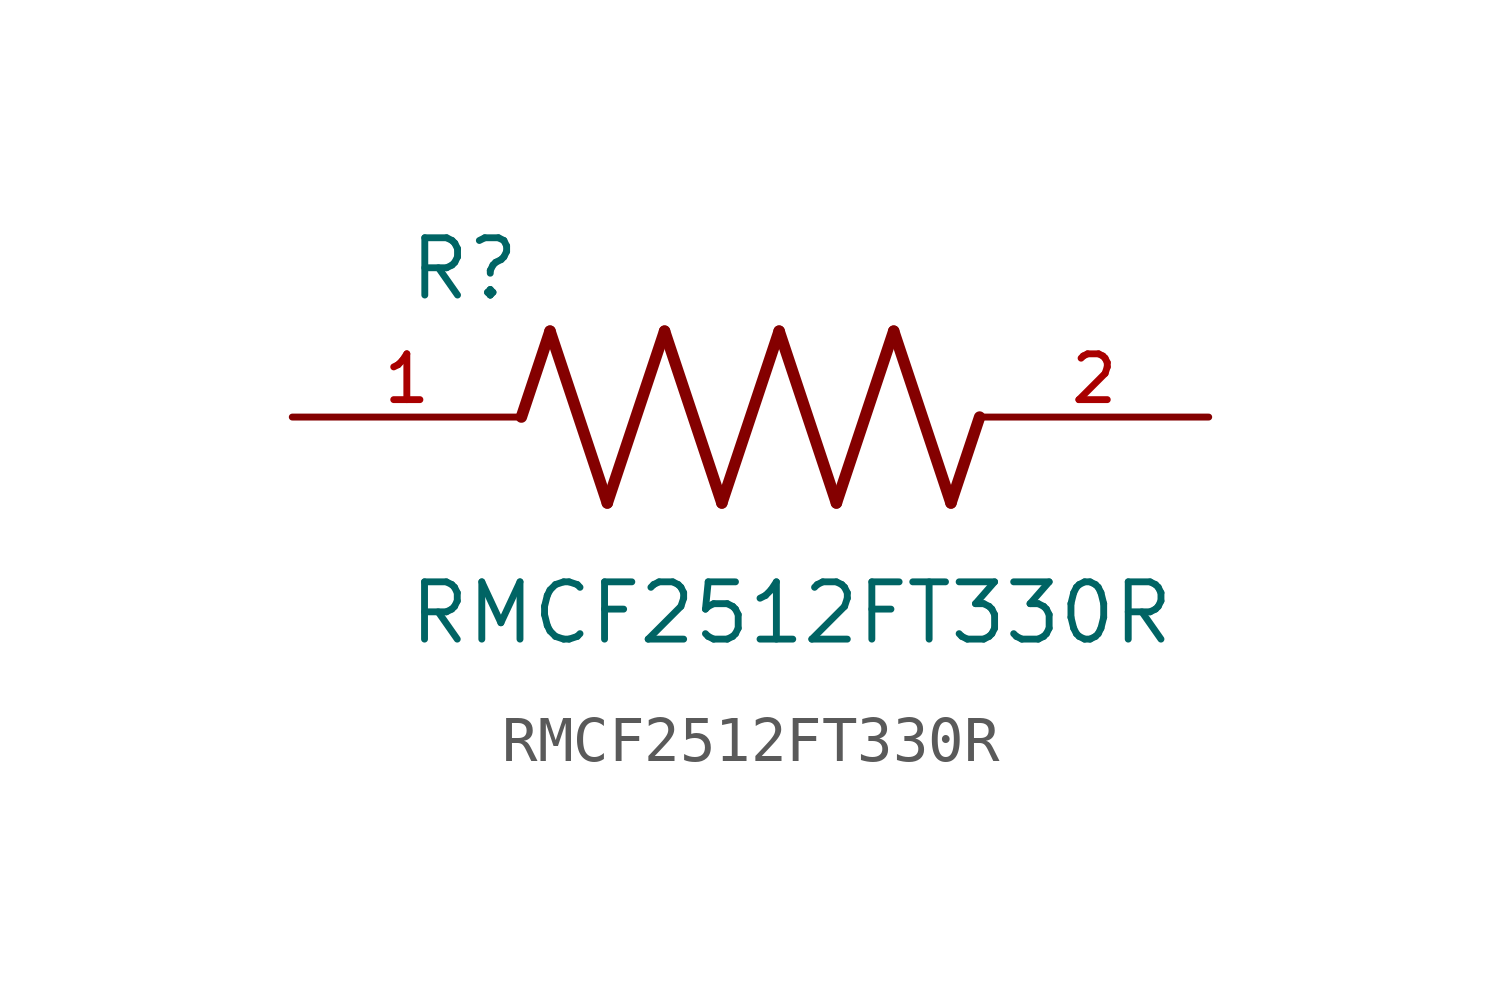
<source format=kicad_sym>
(kicad_symbol_lib
  (version 20211014)
  (generator kicad_symbol_editor)
  (symbol "RMCF2512FT330R"
    (pin_names
      (offset 1.016))
    (property "Reference" "R"
      (at -7.624 2.542 0)
      (effects (font (size 1.27 1.27)) (justify left bottom)))
    (property "Value" "RMCF2512FT330R"
      (at -7.63 -5.087 0)
      (effects (font (size 1.27 1.27)) (justify left bottom)))
    (symbol "RMCF2512FT330R_0_0"
      (polyline (pts (xy -5.08 0) (xy -4.445 1.905)) (stroke (width 0.254) (type default) (color 0 0 0 0)) (fill (type none)))
      (polyline (pts (xy -4.445 1.905) (xy -3.175 -1.905)) (stroke (width 0.254) (type default) (color 0 0 0 0)) (fill (type none)))
      (polyline (pts (xy -3.175 -1.905) (xy -1.905 1.905)) (stroke (width 0.254) (type default) (color 0 0 0 0)) (fill (type none)))
      (polyline (pts (xy -1.905 1.905) (xy -0.635 -1.905)) (stroke (width 0.254) (type default) (color 0 0 0 0)) (fill (type none)))
      (polyline (pts (xy -0.635 -1.905) (xy 0.635 1.905)) (stroke (width 0.254) (type default) (color 0 0 0 0)) (fill (type none)))
      (polyline (pts (xy 0.635 1.905) (xy 1.905 -1.905)) (stroke (width 0.254) (type default) (color 0 0 0 0)) (fill (type none)))
      (polyline (pts (xy 1.905 -1.905) (xy 3.175 1.905)) (stroke (width 0.254) (type default) (color 0 0 0 0)) (fill (type none)))
      (polyline (pts (xy 3.175 1.905) (xy 4.445 -1.905)) (stroke (width 0.254) (type default) (color 0 0 0 0)) (fill (type none)))
      (polyline (pts (xy 4.445 -1.905) (xy 5.08 0)) (stroke (width 0.254) (type default) (color 0 0 0 0)) (fill (type none)))
      (pin passive line (at -10.16 0 0) (length 5.08) (name "~" (effects (font (size 1.016 1.016)))) (number "1" (effects (font (size 1.016 1.016)))))
      (pin passive line (at 10.16 0 180) (length 5.08) (name "~" (effects (font (size 1.016 1.016)))) (number "2" (effects (font (size 1.016 1.016))))))))
</source>
